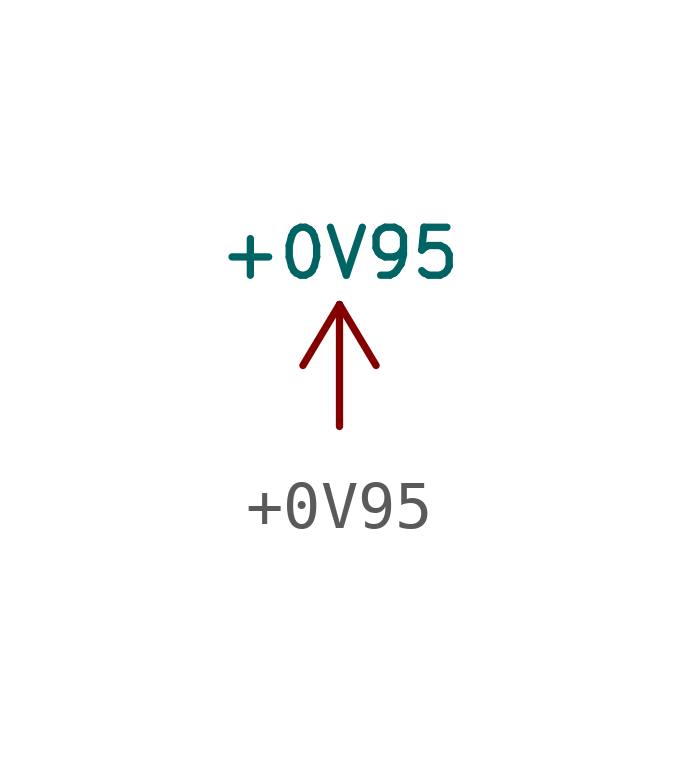
<source format=kicad_sym>
(kicad_symbol_lib
  (version 20241209)
  (generator "kicad_symbol_editor")
  (generator_version "9.0")
  (symbol "+0V95"
    (power)
    (pin_names
      (offset 0))
    (property "Reference" "#PWR?"
      (at 0 -3.81 0)
      (effects (font (size 1.27 1.27)) (hide yes)))
    (property "Value" "+0V95"
      (at 0 3.605 0)
      (effects (font (size 1 1))))
    (symbol "+0V95_0_1"
      (polyline (pts (xy -0.762 1.27) (xy 0 2.54)) (stroke (width 0) (type default)) (fill (type none)))
      (polyline (pts (xy 0 2.54) (xy 0.762 1.27)) (stroke (width 0) (type default)) (fill (type none)))
      (polyline (pts (xy 0 0) (xy 0 2.54)) (stroke (width 0) (type default)) (fill (type none))))
    (symbol "+0V95_1_1"
      (pin power_in line (at 0 0 90) (length 0) (hide yes) (name "+0V95" (effects (font (size 1.27 1.27)))) (number "1" (effects (font (size 1.27 1.27))))))))
</source>
